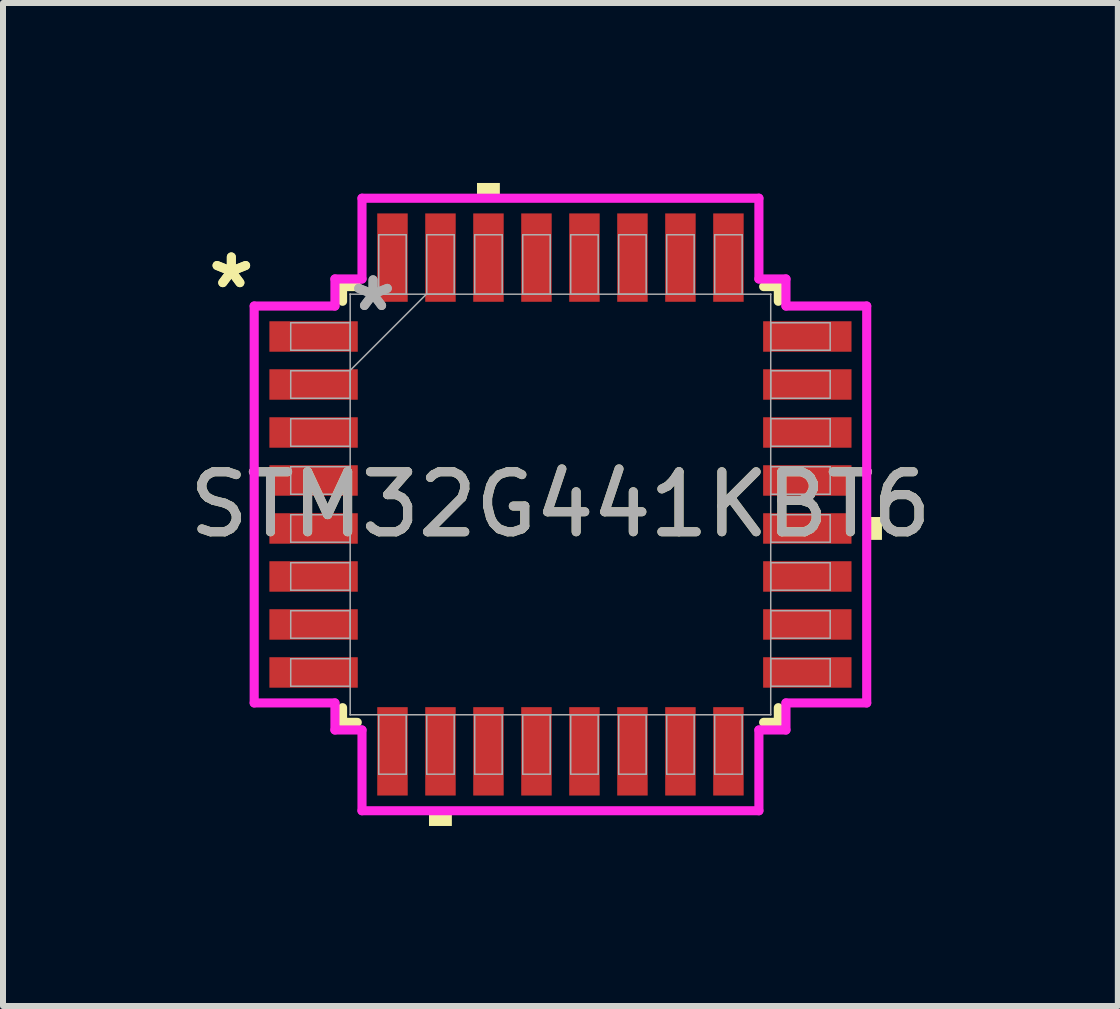
<source format=kicad_pcb>
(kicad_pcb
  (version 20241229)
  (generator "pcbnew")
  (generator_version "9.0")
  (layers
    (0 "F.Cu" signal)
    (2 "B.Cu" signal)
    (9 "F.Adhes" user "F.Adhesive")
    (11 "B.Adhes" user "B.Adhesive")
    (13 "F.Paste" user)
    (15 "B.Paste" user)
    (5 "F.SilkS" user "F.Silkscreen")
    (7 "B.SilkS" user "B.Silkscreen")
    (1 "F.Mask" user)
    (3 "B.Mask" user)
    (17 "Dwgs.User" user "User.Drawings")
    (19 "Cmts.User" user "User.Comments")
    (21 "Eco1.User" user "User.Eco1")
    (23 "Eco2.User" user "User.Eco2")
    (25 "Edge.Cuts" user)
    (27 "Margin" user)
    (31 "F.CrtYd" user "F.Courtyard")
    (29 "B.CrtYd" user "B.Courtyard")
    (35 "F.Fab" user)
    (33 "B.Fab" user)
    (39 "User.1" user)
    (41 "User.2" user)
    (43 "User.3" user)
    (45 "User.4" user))
  (footprint "STM32G441KBT6"
    (layer "F.Cu")
    (at 6.292 5.359)
    (property "Reference" "STM32G441KBT6" (at 0 0 0) (unlocked yes) (layer "F.SilkS") (effects (font (size 1 1) (thickness 0.15))))
    (attr smd)
    (fp_line (start -3.632 -3.632) (end -3.632 -3.387) (stroke (width 0.152) (type solid)) (layer "F.SilkS"))
    (fp_line (start -3.632 3.387) (end -3.632 3.632) (stroke (width 0.152) (type solid)) (layer "F.SilkS"))
    (fp_line (start -3.632 3.632) (end -3.387 3.632) (stroke (width 0.152) (type solid)) (layer "F.SilkS"))
    (fp_line (start -3.387 -3.632) (end -3.632 -3.632) (stroke (width 0.152) (type solid)) (layer "F.SilkS"))
    (fp_line (start 3.387 3.632) (end 3.632 3.632) (stroke (width 0.152) (type solid)) (layer "F.SilkS"))
    (fp_line (start 3.632 -3.632) (end 3.387 -3.632) (stroke (width 0.152) (type solid)) (layer "F.SilkS"))
    (fp_line (start 3.632 -3.387) (end 3.632 -3.632) (stroke (width 0.152) (type solid)) (layer "F.SilkS"))
    (fp_line (start 3.632 3.632) (end 3.632 3.387) (stroke (width 0.152) (type solid)) (layer "F.SilkS"))
    (fp_poly (pts (xy -2.191 5.105) (xy -2.191 5.359) (xy -1.81 5.359) (xy -1.81 5.105)) (stroke (width 0) (type solid)) (fill yes) (layer "F.SilkS"))
    (fp_poly (pts (xy -1.391 -5.105) (xy -1.391 -5.359) (xy -1.01 -5.359) (xy -1.01 -5.105)) (stroke (width 0) (type solid)) (fill yes) (layer "F.SilkS"))
    (fp_poly (pts (xy 5.359 0.209) (xy 5.359 0.59) (xy 5.105 0.59) (xy 5.105 0.209)) (stroke (width 0) (type solid)) (fill yes) (layer "F.SilkS"))
    (fp_line (start -5.105 -3.308) (end -3.759 -3.308) (stroke (width 0.152) (type solid)) (layer "F.CrtYd"))
    (fp_line (start -5.105 3.308) (end -5.105 -3.308) (stroke (width 0.152) (type solid)) (layer "F.CrtYd"))
    (fp_line (start -3.759 -3.759) (end -3.308 -3.759) (stroke (width 0.152) (type solid)) (layer "F.CrtYd"))
    (fp_line (start -3.759 -3.308) (end -3.759 -3.759) (stroke (width 0.152) (type solid)) (layer "F.CrtYd"))
    (fp_line (start -3.759 3.308) (end -5.105 3.308) (stroke (width 0.152) (type solid)) (layer "F.CrtYd"))
    (fp_line (start -3.759 3.759) (end -3.759 3.308) (stroke (width 0.152) (type solid)) (layer "F.CrtYd"))
    (fp_line (start -3.759 3.759) (end -3.308 3.759) (stroke (width 0.152) (type solid)) (layer "F.CrtYd"))
    (fp_line (start -3.308 -5.105) (end 3.308 -5.105) (stroke (width 0.152) (type solid)) (layer "F.CrtYd"))
    (fp_line (start -3.308 -3.759) (end -3.308 -5.105) (stroke (width 0.152) (type solid)) (layer "F.CrtYd"))
    (fp_line (start -3.308 3.759) (end -3.308 5.105) (stroke (width 0.152) (type solid)) (layer "F.CrtYd"))
    (fp_line (start -3.308 5.105) (end 3.308 5.105) (stroke (width 0.152) (type solid)) (layer "F.CrtYd"))
    (fp_line (start 3.308 -5.105) (end 3.308 -3.759) (stroke (width 0.152) (type solid)) (layer "F.CrtYd"))
    (fp_line (start 3.308 -3.759) (end 3.759 -3.759) (stroke (width 0.152) (type solid)) (layer "F.CrtYd"))
    (fp_line (start 3.308 3.759) (end 3.759 3.759) (stroke (width 0.152) (type solid)) (layer "F.CrtYd"))
    (fp_line (start 3.308 5.105) (end 3.308 3.759) (stroke (width 0.152) (type solid)) (layer "F.CrtYd"))
    (fp_line (start 3.759 -3.308) (end 3.759 -3.759) (stroke (width 0.152) (type solid)) (layer "F.CrtYd"))
    (fp_line (start 3.759 3.308) (end 5.105 3.308) (stroke (width 0.152) (type solid)) (layer "F.CrtYd"))
    (fp_line (start 3.759 3.759) (end 3.759 3.308) (stroke (width 0.152) (type solid)) (layer "F.CrtYd"))
    (fp_line (start 5.105 -3.308) (end 3.759 -3.308) (stroke (width 0.152) (type solid)) (layer "F.CrtYd"))
    (fp_line (start 5.105 3.308) (end 5.105 -3.308) (stroke (width 0.152) (type solid)) (layer "F.CrtYd"))
    (fp_line (start -4.496 -3.029) (end -4.496 -2.571) (stroke (width 0.025) (type solid)) (layer "F.Fab"))
    (fp_line (start -4.496 -2.571) (end -3.505 -2.571) (stroke (width 0.025) (type solid)) (layer "F.Fab"))
    (fp_line (start -4.496 -2.229) (end -4.496 -1.771) (stroke (width 0.025) (type solid)) (layer "F.Fab"))
    (fp_line (start -4.496 -1.771) (end -3.505 -1.771) (stroke (width 0.025) (type solid)) (layer "F.Fab"))
    (fp_line (start -4.496 -1.429) (end -4.496 -0.971) (stroke (width 0.025) (type solid)) (layer "F.Fab"))
    (fp_line (start -4.496 -0.971) (end -3.505 -0.971) (stroke (width 0.025) (type solid)) (layer "F.Fab"))
    (fp_line (start -4.496 -0.629) (end -4.496 -0.171) (stroke (width 0.025) (type solid)) (layer "F.Fab"))
    (fp_line (start -4.496 -0.171) (end -3.505 -0.171) (stroke (width 0.025) (type solid)) (layer "F.Fab"))
    (fp_line (start -4.496 0.171) (end -4.496 0.629) (stroke (width 0.025) (type solid)) (layer "F.Fab"))
    (fp_line (start -4.496 0.629) (end -3.505 0.629) (stroke (width 0.025) (type solid)) (layer "F.Fab"))
    (fp_line (start -4.496 0.971) (end -4.496 1.429) (stroke (width 0.025) (type solid)) (layer "F.Fab"))
    (fp_line (start -4.496 1.429) (end -3.505 1.429) (stroke (width 0.025) (type solid)) (layer "F.Fab"))
    (fp_line (start -4.496 1.771) (end -4.496 2.229) (stroke (width 0.025) (type solid)) (layer "F.Fab"))
    (fp_line (start -4.496 2.229) (end -3.505 2.229) (stroke (width 0.025) (type solid)) (layer "F.Fab"))
    (fp_line (start -4.496 2.571) (end -4.496 3.029) (stroke (width 0.025) (type solid)) (layer "F.Fab"))
    (fp_line (start -4.496 3.029) (end -3.505 3.029) (stroke (width 0.025) (type solid)) (layer "F.Fab"))
    (fp_line (start -3.505 -3.505) (end -3.505 -3.505) (stroke (width 0.025) (type solid)) (layer "F.Fab"))
    (fp_line (start -3.505 -3.505) (end -3.505 3.505) (stroke (width 0.025) (type solid)) (layer "F.Fab"))
    (fp_line (start -3.505 -3.029) (end -4.496 -3.029) (stroke (width 0.025) (type solid)) (layer "F.Fab"))
    (fp_line (start -3.505 -2.571) (end -3.505 -3.029) (stroke (width 0.025) (type solid)) (layer "F.Fab"))
    (fp_line (start -3.505 -2.235) (end -2.235 -3.505) (stroke (width 0.025) (type solid)) (layer "F.Fab"))
    (fp_line (start -3.505 -2.229) (end -4.496 -2.229) (stroke (width 0.025) (type solid)) (layer "F.Fab"))
    (fp_line (start -3.505 -1.771) (end -3.505 -2.229) (stroke (width 0.025) (type solid)) (layer "F.Fab"))
    (fp_line (start -3.505 -1.429) (end -4.496 -1.429) (stroke (width 0.025) (type solid)) (layer "F.Fab"))
    (fp_line (start -3.505 -0.971) (end -3.505 -1.429) (stroke (width 0.025) (type solid)) (layer "F.Fab"))
    (fp_line (start -3.505 -0.629) (end -4.496 -0.629) (stroke (width 0.025) (type solid)) (layer "F.Fab"))
    (fp_line (start -3.505 -0.171) (end -3.505 -0.629) (stroke (width 0.025) (type solid)) (layer "F.Fab"))
    (fp_line (start -3.505 0.171) (end -4.496 0.171) (stroke (width 0.025) (type solid)) (layer "F.Fab"))
    (fp_line (start -3.505 0.629) (end -3.505 0.171) (stroke (width 0.025) (type solid)) (layer "F.Fab"))
    (fp_line (start -3.505 0.971) (end -4.496 0.971) (stroke (width 0.025) (type solid)) (layer "F.Fab"))
    (fp_line (start -3.505 1.429) (end -3.505 0.971) (stroke (width 0.025) (type solid)) (layer "F.Fab"))
    (fp_line (start -3.505 1.771) (end -4.496 1.771) (stroke (width 0.025) (type solid)) (layer "F.Fab"))
    (fp_line (start -3.505 2.229) (end -3.505 1.771) (stroke (width 0.025) (type solid)) (layer "F.Fab"))
    (fp_line (start -3.505 2.571) (end -4.496 2.571) (stroke (width 0.025) (type solid)) (layer "F.Fab"))
    (fp_line (start -3.505 3.029) (end -3.505 2.571) (stroke (width 0.025) (type solid)) (layer "F.Fab"))
    (fp_line (start -3.505 3.505) (end -3.505 3.505) (stroke (width 0.025) (type solid)) (layer "F.Fab"))
    (fp_line (start -3.505 3.505) (end 3.505 3.505) (stroke (width 0.025) (type solid)) (layer "F.Fab"))
    (fp_line (start -3.029 -4.496) (end -3.029 -3.505) (stroke (width 0.025) (type solid)) (layer "F.Fab"))
    (fp_line (start -3.029 -3.505) (end -2.571 -3.505) (stroke (width 0.025) (type solid)) (layer "F.Fab"))
    (fp_line (start -3.029 3.505) (end -3.029 4.496) (stroke (width 0.025) (type solid)) (layer "F.Fab"))
    (fp_line (start -3.029 4.496) (end -2.571 4.496) (stroke (width 0.025) (type solid)) (layer "F.Fab"))
    (fp_line (start -2.571 -4.496) (end -3.029 -4.496) (stroke (width 0.025) (type solid)) (layer "F.Fab"))
    (fp_line (start -2.571 -3.505) (end -2.571 -4.496) (stroke (width 0.025) (type solid)) (layer "F.Fab"))
    (fp_line (start -2.571 3.505) (end -3.029 3.505) (stroke (width 0.025) (type solid)) (layer "F.Fab"))
    (fp_line (start -2.571 4.496) (end -2.571 3.505) (stroke (width 0.025) (type solid)) (layer "F.Fab"))
    (fp_line (start -2.229 -4.496) (end -2.229 -3.505) (stroke (width 0.025) (type solid)) (layer "F.Fab"))
    (fp_line (start -2.229 -3.505) (end -1.771 -3.505) (stroke (width 0.025) (type solid)) (layer "F.Fab"))
    (fp_line (start -2.229 3.505) (end -2.229 4.496) (stroke (width 0.025) (type solid)) (layer "F.Fab"))
    (fp_line (start -2.229 4.496) (end -1.771 4.496) (stroke (width 0.025) (type solid)) (layer "F.Fab"))
    (fp_line (start -1.771 -4.496) (end -2.229 -4.496) (stroke (width 0.025) (type solid)) (layer "F.Fab"))
    (fp_line (start -1.771 -3.505) (end -1.771 -4.496) (stroke (width 0.025) (type solid)) (layer "F.Fab"))
    (fp_line (start -1.771 3.505) (end -2.229 3.505) (stroke (width 0.025) (type solid)) (layer "F.Fab"))
    (fp_line (start -1.771 4.496) (end -1.771 3.505) (stroke (width 0.025) (type solid)) (layer "F.Fab"))
    (fp_line (start -1.429 -4.496) (end -1.429 -3.505) (stroke (width 0.025) (type solid)) (layer "F.Fab"))
    (fp_line (start -1.429 -3.505) (end -0.971 -3.505) (stroke (width 0.025) (type solid)) (layer "F.Fab"))
    (fp_line (start -1.429 3.505) (end -1.429 4.496) (stroke (width 0.025) (type solid)) (layer "F.Fab"))
    (fp_line (start -1.429 4.496) (end -0.971 4.496) (stroke (width 0.025) (type solid)) (layer "F.Fab"))
    (fp_line (start -0.971 -4.496) (end -1.429 -4.496) (stroke (width 0.025) (type solid)) (layer "F.Fab"))
    (fp_line (start -0.971 -3.505) (end -0.971 -4.496) (stroke (width 0.025) (type solid)) (layer "F.Fab"))
    (fp_line (start -0.971 3.505) (end -1.429 3.505) (stroke (width 0.025) (type solid)) (layer "F.Fab"))
    (fp_line (start -0.971 4.496) (end -0.971 3.505) (stroke (width 0.025) (type solid)) (layer "F.Fab"))
    (fp_line (start -0.629 -4.496) (end -0.629 -3.505) (stroke (width 0.025) (type solid)) (layer "F.Fab"))
    (fp_line (start -0.629 -3.505) (end -0.171 -3.505) (stroke (width 0.025) (type solid)) (layer "F.Fab"))
    (fp_line (start -0.629 3.505) (end -0.629 4.496) (stroke (width 0.025) (type solid)) (layer "F.Fab"))
    (fp_line (start -0.629 4.496) (end -0.171 4.496) (stroke (width 0.025) (type solid)) (layer "F.Fab"))
    (fp_line (start -0.171 -4.496) (end -0.629 -4.496) (stroke (width 0.025) (type solid)) (layer "F.Fab"))
    (fp_line (start -0.171 -3.505) (end -0.171 -4.496) (stroke (width 0.025) (type solid)) (layer "F.Fab"))
    (fp_line (start -0.171 3.505) (end -0.629 3.505) (stroke (width 0.025) (type solid)) (layer "F.Fab"))
    (fp_line (start -0.171 4.496) (end -0.171 3.505) (stroke (width 0.025) (type solid)) (layer "F.Fab"))
    (fp_line (start 0.171 -4.496) (end 0.171 -3.505) (stroke (width 0.025) (type solid)) (layer "F.Fab"))
    (fp_line (start 0.171 -3.505) (end 0.629 -3.505) (stroke (width 0.025) (type solid)) (layer "F.Fab"))
    (fp_line (start 0.171 3.505) (end 0.171 4.496) (stroke (width 0.025) (type solid)) (layer "F.Fab"))
    (fp_line (start 0.171 4.496) (end 0.629 4.496) (stroke (width 0.025) (type solid)) (layer "F.Fab"))
    (fp_line (start 0.629 -4.496) (end 0.171 -4.496) (stroke (width 0.025) (type solid)) (layer "F.Fab"))
    (fp_line (start 0.629 -3.505) (end 0.629 -4.496) (stroke (width 0.025) (type solid)) (layer "F.Fab"))
    (fp_line (start 0.629 3.505) (end 0.171 3.505) (stroke (width 0.025) (type solid)) (layer "F.Fab"))
    (fp_line (start 0.629 4.496) (end 0.629 3.505) (stroke (width 0.025) (type solid)) (layer "F.Fab"))
    (fp_line (start 0.971 -4.496) (end 0.971 -3.505) (stroke (width 0.025) (type solid)) (layer "F.Fab"))
    (fp_line (start 0.971 -3.505) (end 1.429 -3.505) (stroke (width 0.025) (type solid)) (layer "F.Fab"))
    (fp_line (start 0.971 3.505) (end 0.971 4.496) (stroke (width 0.025) (type solid)) (layer "F.Fab"))
    (fp_line (start 0.971 4.496) (end 1.429 4.496) (stroke (width 0.025) (type solid)) (layer "F.Fab"))
    (fp_line (start 1.429 -4.496) (end 0.971 -4.496) (stroke (width 0.025) (type solid)) (layer "F.Fab"))
    (fp_line (start 1.429 -3.505) (end 1.429 -4.496) (stroke (width 0.025) (type solid)) (layer "F.Fab"))
    (fp_line (start 1.429 3.505) (end 0.971 3.505) (stroke (width 0.025) (type solid)) (layer "F.Fab"))
    (fp_line (start 1.429 4.496) (end 1.429 3.505) (stroke (width 0.025) (type solid)) (layer "F.Fab"))
    (fp_line (start 1.771 -4.496) (end 1.771 -3.505) (stroke (width 0.025) (type solid)) (layer "F.Fab"))
    (fp_line (start 1.771 -3.505) (end 2.229 -3.505) (stroke (width 0.025) (type solid)) (layer "F.Fab"))
    (fp_line (start 1.771 3.505) (end 1.771 4.496) (stroke (width 0.025) (type solid)) (layer "F.Fab"))
    (fp_line (start 1.771 4.496) (end 2.229 4.496) (stroke (width 0.025) (type solid)) (layer "F.Fab"))
    (fp_line (start 2.229 -4.496) (end 1.771 -4.496) (stroke (width 0.025) (type solid)) (layer "F.Fab"))
    (fp_line (start 2.229 -3.505) (end 2.229 -4.496) (stroke (width 0.025) (type solid)) (layer "F.Fab"))
    (fp_line (start 2.229 3.505) (end 1.771 3.505) (stroke (width 0.025) (type solid)) (layer "F.Fab"))
    (fp_line (start 2.229 4.496) (end 2.229 3.505) (stroke (width 0.025) (type solid)) (layer "F.Fab"))
    (fp_line (start 2.571 -4.496) (end 2.571 -3.505) (stroke (width 0.025) (type solid)) (layer "F.Fab"))
    (fp_line (start 2.571 -3.505) (end 3.029 -3.505) (stroke (width 0.025) (type solid)) (layer "F.Fab"))
    (fp_line (start 2.571 3.505) (end 2.571 4.496) (stroke (width 0.025) (type solid)) (layer "F.Fab"))
    (fp_line (start 2.571 4.496) (end 3.029 4.496) (stroke (width 0.025) (type solid)) (layer "F.Fab"))
    (fp_line (start 3.029 -4.496) (end 2.571 -4.496) (stroke (width 0.025) (type solid)) (layer "F.Fab"))
    (fp_line (start 3.029 -3.505) (end 3.029 -4.496) (stroke (width 0.025) (type solid)) (layer "F.Fab"))
    (fp_line (start 3.029 3.505) (end 2.571 3.505) (stroke (width 0.025) (type solid)) (layer "F.Fab"))
    (fp_line (start 3.029 4.496) (end 3.029 3.505) (stroke (width 0.025) (type solid)) (layer "F.Fab"))
    (fp_line (start 3.505 -3.505) (end -3.505 -3.505) (stroke (width 0.025) (type solid)) (layer "F.Fab"))
    (fp_line (start 3.505 -3.505) (end 3.505 -3.505) (stroke (width 0.025) (type solid)) (layer "F.Fab"))
    (fp_line (start 3.505 -3.029) (end 3.505 -2.571) (stroke (width 0.025) (type solid)) (layer "F.Fab"))
    (fp_line (start 3.505 -2.571) (end 4.496 -2.571) (stroke (width 0.025) (type solid)) (layer "F.Fab"))
    (fp_line (start 3.505 -2.229) (end 3.505 -1.771) (stroke (width 0.025) (type solid)) (layer "F.Fab"))
    (fp_line (start 3.505 -1.771) (end 4.496 -1.771) (stroke (width 0.025) (type solid)) (layer "F.Fab"))
    (fp_line (start 3.505 -1.429) (end 3.505 -0.971) (stroke (width 0.025) (type solid)) (layer "F.Fab"))
    (fp_line (start 3.505 -0.971) (end 4.496 -0.971) (stroke (width 0.025) (type solid)) (layer "F.Fab"))
    (fp_line (start 3.505 -0.629) (end 3.505 -0.171) (stroke (width 0.025) (type solid)) (layer "F.Fab"))
    (fp_line (start 3.505 -0.171) (end 4.496 -0.171) (stroke (width 0.025) (type solid)) (layer "F.Fab"))
    (fp_line (start 3.505 0.171) (end 3.505 0.629) (stroke (width 0.025) (type solid)) (layer "F.Fab"))
    (fp_line (start 3.505 0.629) (end 4.496 0.629) (stroke (width 0.025) (type solid)) (layer "F.Fab"))
    (fp_line (start 3.505 0.971) (end 3.505 1.429) (stroke (width 0.025) (type solid)) (layer "F.Fab"))
    (fp_line (start 3.505 1.429) (end 4.496 1.429) (stroke (width 0.025) (type solid)) (layer "F.Fab"))
    (fp_line (start 3.505 1.771) (end 3.505 2.229) (stroke (width 0.025) (type solid)) (layer "F.Fab"))
    (fp_line (start 3.505 2.229) (end 4.496 2.229) (stroke (width 0.025) (type solid)) (layer "F.Fab"))
    (fp_line (start 3.505 2.571) (end 3.505 3.029) (stroke (width 0.025) (type solid)) (layer "F.Fab"))
    (fp_line (start 3.505 3.029) (end 4.496 3.029) (stroke (width 0.025) (type solid)) (layer "F.Fab"))
    (fp_line (start 3.505 3.505) (end 3.505 -3.505) (stroke (width 0.025) (type solid)) (layer "F.Fab"))
    (fp_line (start 3.505 3.505) (end 3.505 3.505) (stroke (width 0.025) (type solid)) (layer "F.Fab"))
    (fp_line (start 4.496 -3.029) (end 3.505 -3.029) (stroke (width 0.025) (type solid)) (layer "F.Fab"))
    (fp_line (start 4.496 -2.571) (end 4.496 -3.029) (stroke (width 0.025) (type solid)) (layer "F.Fab"))
    (fp_line (start 4.496 -2.229) (end 3.505 -2.229) (stroke (width 0.025) (type solid)) (layer "F.Fab"))
    (fp_line (start 4.496 -1.771) (end 4.496 -2.229) (stroke (width 0.025) (type solid)) (layer "F.Fab"))
    (fp_line (start 4.496 -1.429) (end 3.505 -1.429) (stroke (width 0.025) (type solid)) (layer "F.Fab"))
    (fp_line (start 4.496 -0.971) (end 4.496 -1.429) (stroke (width 0.025) (type solid)) (layer "F.Fab"))
    (fp_line (start 4.496 -0.629) (end 3.505 -0.629) (stroke (width 0.025) (type solid)) (layer "F.Fab"))
    (fp_line (start 4.496 -0.171) (end 4.496 -0.629) (stroke (width 0.025) (type solid)) (layer "F.Fab"))
    (fp_line (start 4.496 0.171) (end 3.505 0.171) (stroke (width 0.025) (type solid)) (layer "F.Fab"))
    (fp_line (start 4.496 0.629) (end 4.496 0.171) (stroke (width 0.025) (type solid)) (layer "F.Fab"))
    (fp_line (start 4.496 0.971) (end 3.505 0.971) (stroke (width 0.025) (type solid)) (layer "F.Fab"))
    (fp_line (start 4.496 1.429) (end 4.496 0.971) (stroke (width 0.025) (type solid)) (layer "F.Fab"))
    (fp_line (start 4.496 1.771) (end 3.505 1.771) (stroke (width 0.025) (type solid)) (layer "F.Fab"))
    (fp_line (start 4.496 2.229) (end 4.496 1.771) (stroke (width 0.025) (type solid)) (layer "F.Fab"))
    (fp_line (start 4.496 2.571) (end 3.505 2.571) (stroke (width 0.025) (type solid)) (layer "F.Fab"))
    (fp_line (start 4.496 3.029) (end 4.496 2.571) (stroke (width 0.025) (type solid)) (layer "F.Fab"))
    (fp_text user "*" (at -5.486 -3.581 0) (unlocked yes) (layer "F.SilkS") (effects (font (size 1 1) (thickness 0.15))))
    (fp_text user "*" (at -5.486 -3.581 0) (layer "F.SilkS") (effects (font (size 1 1) (thickness 0.15))))
    (fp_text user "${REFERENCE}" (at 0 0 0) (unlocked yes) (layer "F.Fab") (effects (font (size 1 1) (thickness 0.15))))
    (fp_text user "*" (at -3.124 -3.2 0) (layer "F.Fab") (effects (font (size 1 1) (thickness 0.15))))
    (fp_text user "*" (at -3.124 -3.2 0) (unlocked yes) (layer "F.Fab") (effects (font (size 1 1) (thickness 0.15))))
    (pad "1" smd rect (at -4.115 -2.8 90) (size 0.508 1.473) (layers "F.Cu" "F.Mask" "F.Paste"))
    (pad "2" smd rect (at -4.115 -2 90) (size 0.508 1.473) (layers "F.Cu" "F.Mask" "F.Paste"))
    (pad "3" smd rect (at -4.115 -1.2 90) (size 0.508 1.473) (layers "F.Cu" "F.Mask" "F.Paste"))
    (pad "4" smd rect (at -4.115 -0.4 90) (size 0.508 1.473) (layers "F.Cu" "F.Mask" "F.Paste"))
    (pad "5" smd rect (at -4.115 0.4 90) (size 0.508 1.473) (layers "F.Cu" "F.Mask" "F.Paste"))
    (pad "6" smd rect (at -4.115 1.2 90) (size 0.508 1.473) (layers "F.Cu" "F.Mask" "F.Paste"))
    (pad "7" smd rect (at -4.115 2 90) (size 0.508 1.473) (layers "F.Cu" "F.Mask" "F.Paste"))
    (pad "8" smd rect (at -4.115 2.8 90) (size 0.508 1.473) (layers "F.Cu" "F.Mask" "F.Paste"))
    (pad "9" smd rect (at -2.8 4.115) (size 0.508 1.473) (layers "F.Cu" "F.Mask" "F.Paste"))
    (pad "10" smd rect (at -2 4.115) (size 0.508 1.473) (layers "F.Cu" "F.Mask" "F.Paste"))
    (pad "11" smd rect (at -1.2 4.115) (size 0.508 1.473) (layers "F.Cu" "F.Mask" "F.Paste"))
    (pad "12" smd rect (at -0.4 4.115) (size 0.508 1.473) (layers "F.Cu" "F.Mask" "F.Paste"))
    (pad "13" smd rect (at 0.4 4.115) (size 0.508 1.473) (layers "F.Cu" "F.Mask" "F.Paste"))
    (pad "14" smd rect (at 1.2 4.115) (size 0.508 1.473) (layers "F.Cu" "F.Mask" "F.Paste"))
    (pad "15" smd rect (at 2 4.115) (size 0.508 1.473) (layers "F.Cu" "F.Mask" "F.Paste"))
    (pad "16" smd rect (at 2.8 4.115) (size 0.508 1.473) (layers "F.Cu" "F.Mask" "F.Paste"))
    (pad "17" smd rect (at 4.115 2.8 90) (size 0.508 1.473) (layers "F.Cu" "F.Mask" "F.Paste"))
    (pad "18" smd rect (at 4.115 2 90) (size 0.508 1.473) (layers "F.Cu" "F.Mask" "F.Paste"))
    (pad "19" smd rect (at 4.115 1.2 90) (size 0.508 1.473) (layers "F.Cu" "F.Mask" "F.Paste"))
    (pad "20" smd rect (at 4.115 0.4 90) (size 0.508 1.473) (layers "F.Cu" "F.Mask" "F.Paste"))
    (pad "21" smd rect (at 4.115 -0.4 90) (size 0.508 1.473) (layers "F.Cu" "F.Mask" "F.Paste"))
    (pad "22" smd rect (at 4.115 -1.2 90) (size 0.508 1.473) (layers "F.Cu" "F.Mask" "F.Paste"))
    (pad "23" smd rect (at 4.115 -2 90) (size 0.508 1.473) (layers "F.Cu" "F.Mask" "F.Paste"))
    (pad "24" smd rect (at 4.115 -2.8 90) (size 0.508 1.473) (layers "F.Cu" "F.Mask" "F.Paste"))
    (pad "25" smd rect (at 2.8 -4.115) (size 0.508 1.473) (layers "F.Cu" "F.Mask" "F.Paste"))
    (pad "26" smd rect (at 2 -4.115) (size 0.508 1.473) (layers "F.Cu" "F.Mask" "F.Paste"))
    (pad "27" smd rect (at 1.2 -4.115) (size 0.508 1.473) (layers "F.Cu" "F.Mask" "F.Paste"))
    (pad "28" smd rect (at 0.4 -4.115) (size 0.508 1.473) (layers "F.Cu" "F.Mask" "F.Paste"))
    (pad "29" smd rect (at -0.4 -4.115) (size 0.508 1.473) (layers "F.Cu" "F.Mask" "F.Paste"))
    (pad "30" smd rect (at -1.2 -4.115) (size 0.508 1.473) (layers "F.Cu" "F.Mask" "F.Paste"))
    (pad "31" smd rect (at -2 -4.115) (size 0.508 1.473) (layers "F.Cu" "F.Mask" "F.Paste"))
    (pad "32" smd rect (at -2.8 -4.115) (size 0.508 1.473) (layers "F.Cu" "F.Mask" "F.Paste")))
  (gr_rect
    (start -3 -3)
    (end 15.583 13.719)
    (stroke (width 0.1) (type default))
    (fill no)
    (layer "Edge.Cuts")))
</source>
